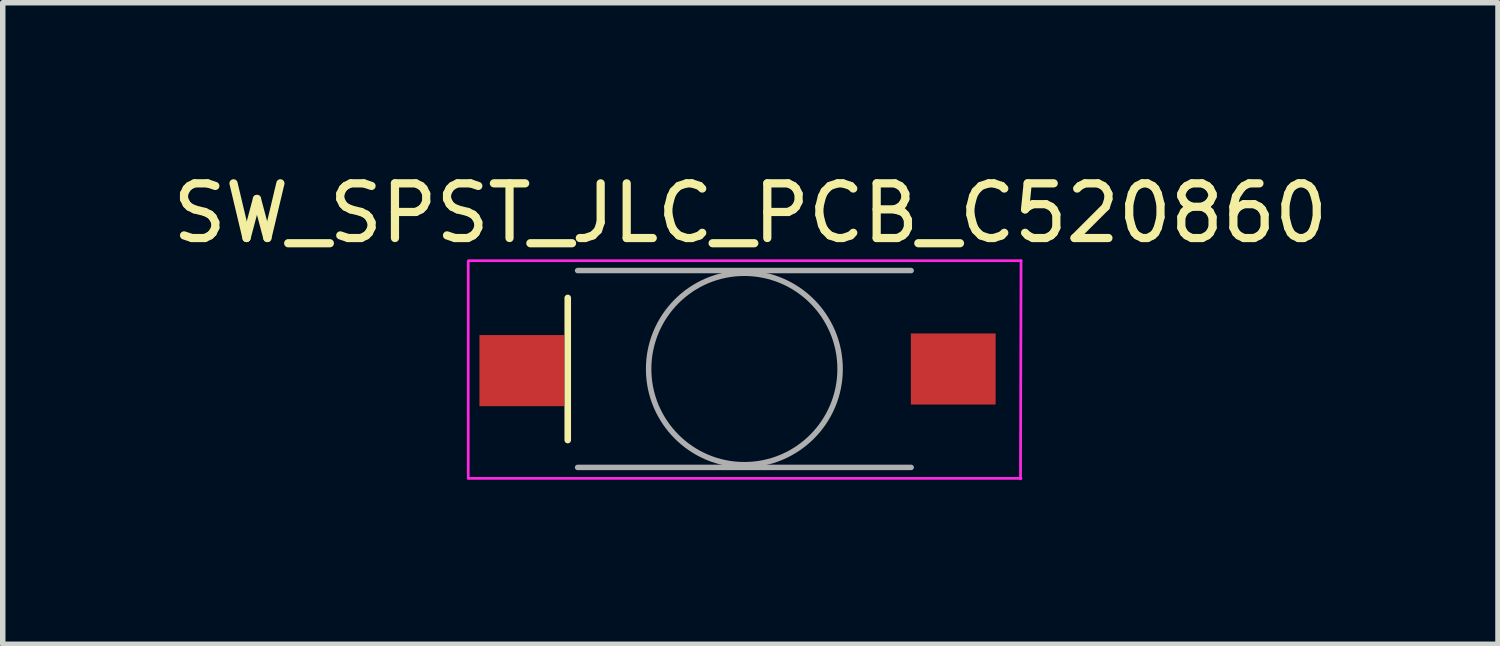
<source format=kicad_pcb>
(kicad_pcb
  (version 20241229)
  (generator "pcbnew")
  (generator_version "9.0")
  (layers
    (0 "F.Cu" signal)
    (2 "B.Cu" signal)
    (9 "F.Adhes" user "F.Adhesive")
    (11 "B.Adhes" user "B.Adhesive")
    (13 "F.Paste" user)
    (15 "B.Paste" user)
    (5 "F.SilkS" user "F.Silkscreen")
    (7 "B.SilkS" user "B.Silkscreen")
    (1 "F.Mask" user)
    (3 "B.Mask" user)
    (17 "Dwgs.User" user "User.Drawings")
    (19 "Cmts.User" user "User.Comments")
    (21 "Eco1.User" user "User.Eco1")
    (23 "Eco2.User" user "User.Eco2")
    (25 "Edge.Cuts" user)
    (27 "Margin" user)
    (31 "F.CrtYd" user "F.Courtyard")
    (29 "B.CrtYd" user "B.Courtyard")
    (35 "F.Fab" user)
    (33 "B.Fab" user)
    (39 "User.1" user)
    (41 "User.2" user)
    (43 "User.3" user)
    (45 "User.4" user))
  (footprint "SW_SPST_JLC_PCB_C520860"
    (layer "F.Cu")
    (at 10.563 3.698)
    (property "Reference" "SW_SPST_JLC_PCB_C520860" (at 0.11 -2.85 0) (layer "F.SilkS") (effects (font (size 1 1) (thickness 0.15))))
    (attr smd)
    (fp_line (start -3.23 -1.3) (end -3.23 1.3) (stroke (width 0.12) (type solid)) (layer "F.SilkS"))
    (fp_line (start -5.05 -1.974) (end -5.05 2) (stroke (width 0.05) (type solid)) (layer "F.CrtYd"))
    (fp_line (start -5.04 -1.98) (end 5.06 -1.98) (stroke (width 0.05) (type solid)) (layer "F.CrtYd"))
    (fp_line (start -5.04 2) (end 5.06 2) (stroke (width 0.05) (type solid)) (layer "F.CrtYd"))
    (fp_line (start 5.05 2.01) (end 5.06 -1.98) (stroke (width 0.05) (type solid)) (layer "F.CrtYd"))
    (fp_line (start -3.05 1.8) (end 3.05 1.8) (stroke (width 0.1) (type solid)) (layer "F.Fab"))
    (fp_line (start 3.05 -1.8) (end -3.05 -1.8) (stroke (width 0.1) (type solid)) (layer "F.Fab"))
    (fp_circle (center 0 0) (end 1.75 -0.05) (stroke (width 0.1) (type solid)) (fill no) (layer "F.Fab"))
    (pad "1" smd rect (at -4.07 0.03) (size 1.55 1.3) (layers "F.Cu" "F.Mask" "F.Paste"))
    (pad "2" smd rect (at 3.82 0) (size 1.55 1.3) (layers "F.Cu" "F.Mask" "F.Paste")))
  (gr_rect
    (start -3 -3)
    (end 24.345 8.733)
    (stroke (width 0.1) (type default))
    (fill no)
    (layer "Edge.Cuts")))
</source>
